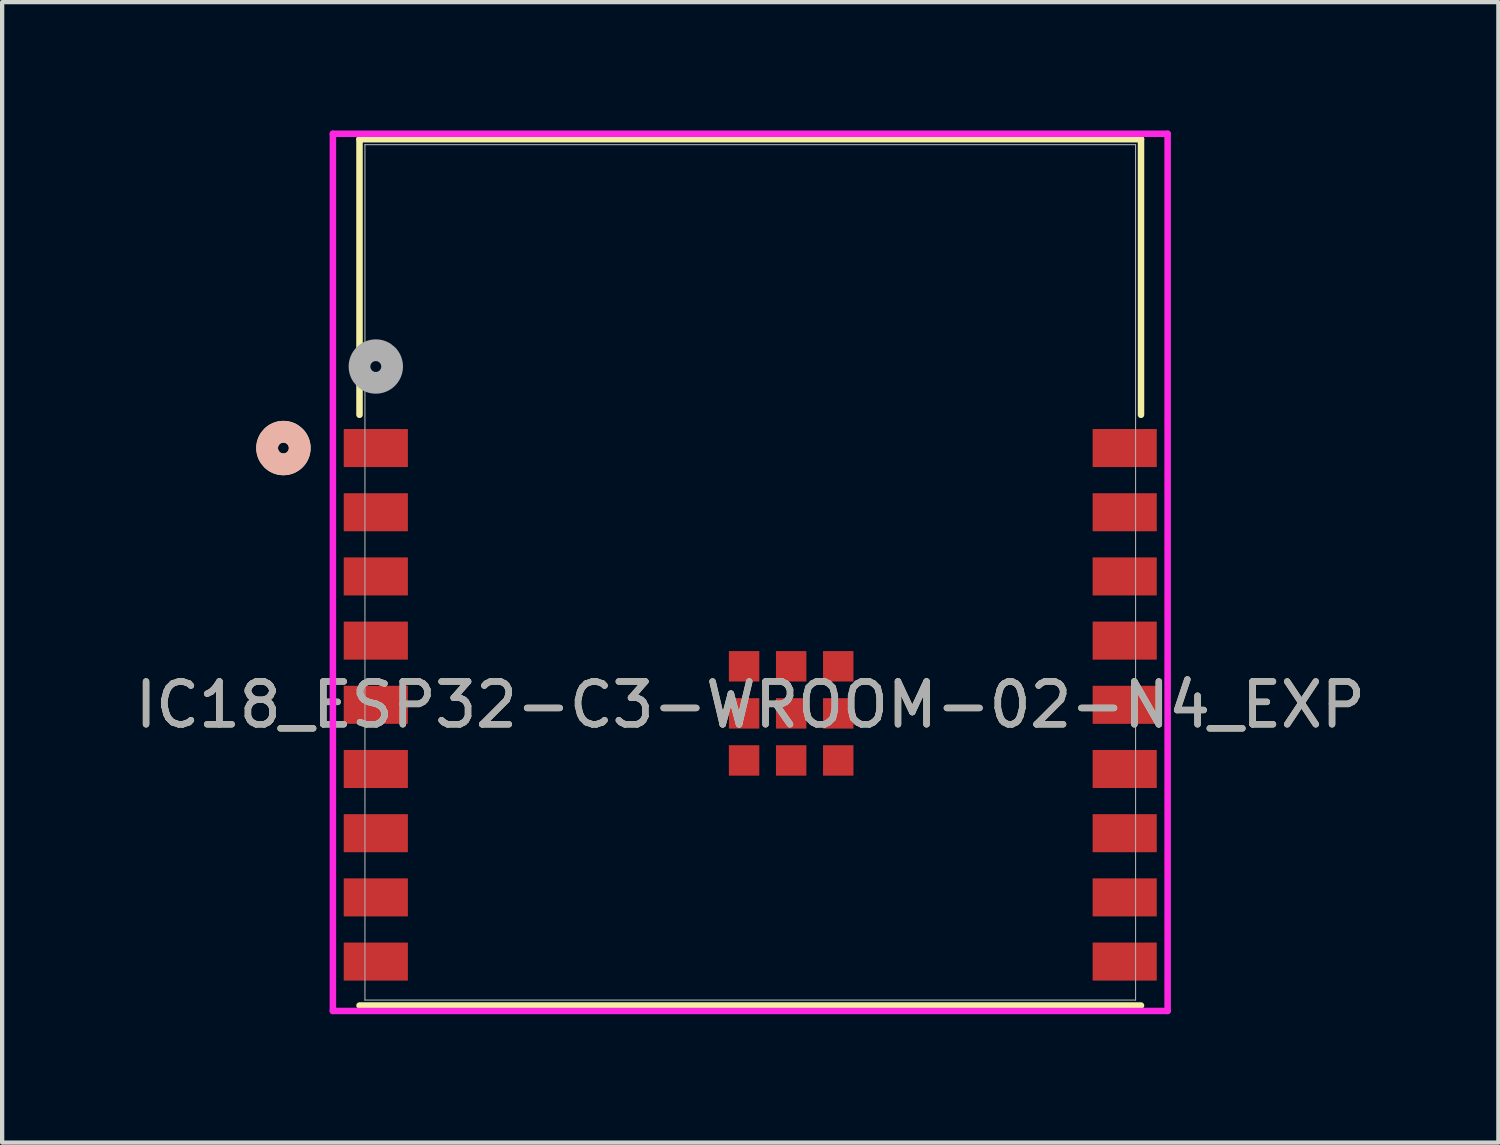
<source format=kicad_pcb>
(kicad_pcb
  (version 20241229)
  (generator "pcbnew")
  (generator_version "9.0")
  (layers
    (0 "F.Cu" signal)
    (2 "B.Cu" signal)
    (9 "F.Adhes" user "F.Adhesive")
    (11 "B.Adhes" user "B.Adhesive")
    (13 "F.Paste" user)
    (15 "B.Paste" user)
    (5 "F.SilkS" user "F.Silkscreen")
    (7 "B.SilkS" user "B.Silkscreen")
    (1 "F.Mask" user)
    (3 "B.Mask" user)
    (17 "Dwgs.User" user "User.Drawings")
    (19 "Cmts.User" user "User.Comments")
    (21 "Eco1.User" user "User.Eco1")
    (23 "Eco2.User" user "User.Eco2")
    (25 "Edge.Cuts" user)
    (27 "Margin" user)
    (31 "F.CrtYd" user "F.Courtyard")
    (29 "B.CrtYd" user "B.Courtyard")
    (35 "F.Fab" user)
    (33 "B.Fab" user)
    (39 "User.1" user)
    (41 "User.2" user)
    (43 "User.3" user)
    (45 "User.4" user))
  (footprint "IC18_ESP32-C3-WROOM-02-N4_EXP"
    (layer "F.Cu")
    (at 14.482 10.325)
    (property "Reference" "IC18_ESP32-C3-WROOM-02-N4_EXP" (at 0 3.095 0) (unlocked yes) (layer "F.SilkS") (effects (font (size 1 1) (thickness 0.15))))
    (attr smd)
    (fp_line (start -9.131 -10.122) (end -9.131 -3.682) (stroke (width 0.152) (type solid)) (layer "F.SilkS"))
    (fp_line (start -9.131 10.122) (end 9.131 10.122) (stroke (width 0.152) (type solid)) (layer "F.SilkS"))
    (fp_line (start 9.131 -10.122) (end -9.131 -10.122) (stroke (width 0.152) (type solid)) (layer "F.SilkS"))
    (fp_line (start 9.131 -3.682) (end 9.131 -10.122) (stroke (width 0.152) (type solid)) (layer "F.SilkS"))
    (fp_circle (center -10.909 -2.905) (end -10.528 -2.905) (stroke (width 0.508) (type solid)) (fill no) (layer "F.SilkS"))
    (fp_circle (center -10.909 -2.905) (end -10.528 -2.905) (stroke (width 0.508) (type solid)) (fill no) (layer "B.SilkS"))
    (fp_line (start -9.753 -10.249) (end -9.753 10.249) (stroke (width 0.152) (type solid)) (layer "F.CrtYd"))
    (fp_line (start -9.753 10.249) (end 9.753 10.249) (stroke (width 0.152) (type solid)) (layer "F.CrtYd"))
    (fp_line (start 9.753 -10.249) (end -9.753 -10.249) (stroke (width 0.152) (type solid)) (layer "F.CrtYd"))
    (fp_line (start 9.753 10.249) (end 9.753 -10.249) (stroke (width 0.152) (type solid)) (layer "F.CrtYd"))
    (fp_line (start -9.004 -9.995) (end -9.004 9.995) (stroke (width 0.025) (type solid)) (layer "F.Fab"))
    (fp_line (start -9.004 9.995) (end 9.004 9.995) (stroke (width 0.025) (type solid)) (layer "F.Fab"))
    (fp_line (start 9.004 -9.995) (end -9.004 -9.995) (stroke (width 0.025) (type solid)) (layer "F.Fab"))
    (fp_line (start 9.004 9.995) (end 9.004 -9.995) (stroke (width 0.025) (type solid)) (layer "F.Fab"))
    (fp_circle (center -8.75 -4.81) (end -8.369 -4.81) (stroke (width 0.508) (type solid)) (fill no) (layer "F.Fab"))
    (fp_text user "${REFERENCE}" (at 0 3.095 0) (unlocked yes) (layer "F.Fab") (effects (font (size 1 1) (thickness 0.15))))
    (pad "1" smd rect (at -8.75 -2.905) (size 1.499 0.889) (layers "F.Cu" "F.Mask" "F.Paste"))
    (pad "2" smd rect (at -8.75 -1.405) (size 1.499 0.889) (layers "F.Cu" "F.Mask" "F.Paste"))
    (pad "3" smd rect (at -8.75 0.095) (size 1.499 0.889) (layers "F.Cu" "F.Mask" "F.Paste"))
    (pad "4" smd rect (at -8.75 1.595) (size 1.499 0.889) (layers "F.Cu" "F.Mask" "F.Paste"))
    (pad "5" smd rect (at -8.75 3.095) (size 1.499 0.889) (layers "F.Cu" "F.Mask" "F.Paste"))
    (pad "6" smd rect (at -8.75 4.595) (size 1.499 0.889) (layers "F.Cu" "F.Mask" "F.Paste"))
    (pad "7" smd rect (at -8.75 6.095) (size 1.499 0.889) (layers "F.Cu" "F.Mask" "F.Paste"))
    (pad "8" smd rect (at -8.75 7.595) (size 1.499 0.889) (layers "F.Cu" "F.Mask" "F.Paste"))
    (pad "9" smd rect (at -8.75 9.095) (size 1.499 0.889) (layers "F.Cu" "F.Mask" "F.Paste"))
    (pad "10" smd rect (at 8.75 9.095) (size 1.499 0.889) (layers "F.Cu" "F.Mask" "F.Paste"))
    (pad "11" smd rect (at 8.75 7.595) (size 1.499 0.889) (layers "F.Cu" "F.Mask" "F.Paste"))
    (pad "12" smd rect (at 8.75 6.095) (size 1.499 0.889) (layers "F.Cu" "F.Mask" "F.Paste"))
    (pad "13" smd rect (at 8.75 4.595) (size 1.499 0.889) (layers "F.Cu" "F.Mask" "F.Paste"))
    (pad "14" smd rect (at 8.75 3.095) (size 1.499 0.889) (layers "F.Cu" "F.Mask" "F.Paste"))
    (pad "15" smd rect (at 8.75 1.595) (size 1.499 0.889) (layers "F.Cu" "F.Mask" "F.Paste"))
    (pad "16" smd rect (at 8.75 0.095) (size 1.499 0.889) (layers "F.Cu" "F.Mask" "F.Paste"))
    (pad "17" smd rect (at 8.75 -1.405) (size 1.499 0.889) (layers "F.Cu" "F.Mask" "F.Paste"))
    (pad "18" smd rect (at 8.75 -2.905) (size 1.499 0.889) (layers "F.Cu" "F.Mask" "F.Paste"))
    (pad "19" smd rect (at -0.144 2.195) (size 0.711 0.711) (layers "F.Cu" "F.Mask" "F.Paste"))
    (pad "20" smd rect (at 0.956 2.195) (size 0.711 0.711) (layers "F.Cu" "F.Mask" "F.Paste"))
    (pad "21" smd rect (at 2.056 2.195) (size 0.711 0.711) (layers "F.Cu" "F.Mask" "F.Paste"))
    (pad "22" smd rect (at -0.144 3.295) (size 0.711 0.711) (layers "F.Cu" "F.Mask" "F.Paste"))
    (pad "23" smd rect (at 0.956 3.295) (size 0.711 0.711) (layers "F.Cu" "F.Mask" "F.Paste"))
    (pad "24" smd rect (at 2.056 3.295) (size 0.711 0.711) (layers "F.Cu" "F.Mask" "F.Paste"))
    (pad "25" smd rect (at -0.144 4.395) (size 0.711 0.711) (layers "F.Cu" "F.Mask" "F.Paste"))
    (pad "26" smd rect (at 0.956 4.395) (size 0.711 0.711) (layers "F.Cu" "F.Mask" "F.Paste"))
    (pad "27" smd rect (at 2.056 4.395) (size 0.711 0.711) (layers "F.Cu" "F.Mask" "F.Paste")))
  (gr_rect
    (start -3 -3)
    (end 31.964 23.65)
    (stroke (width 0.1) (type default))
    (fill no)
    (layer "Edge.Cuts")))
</source>
